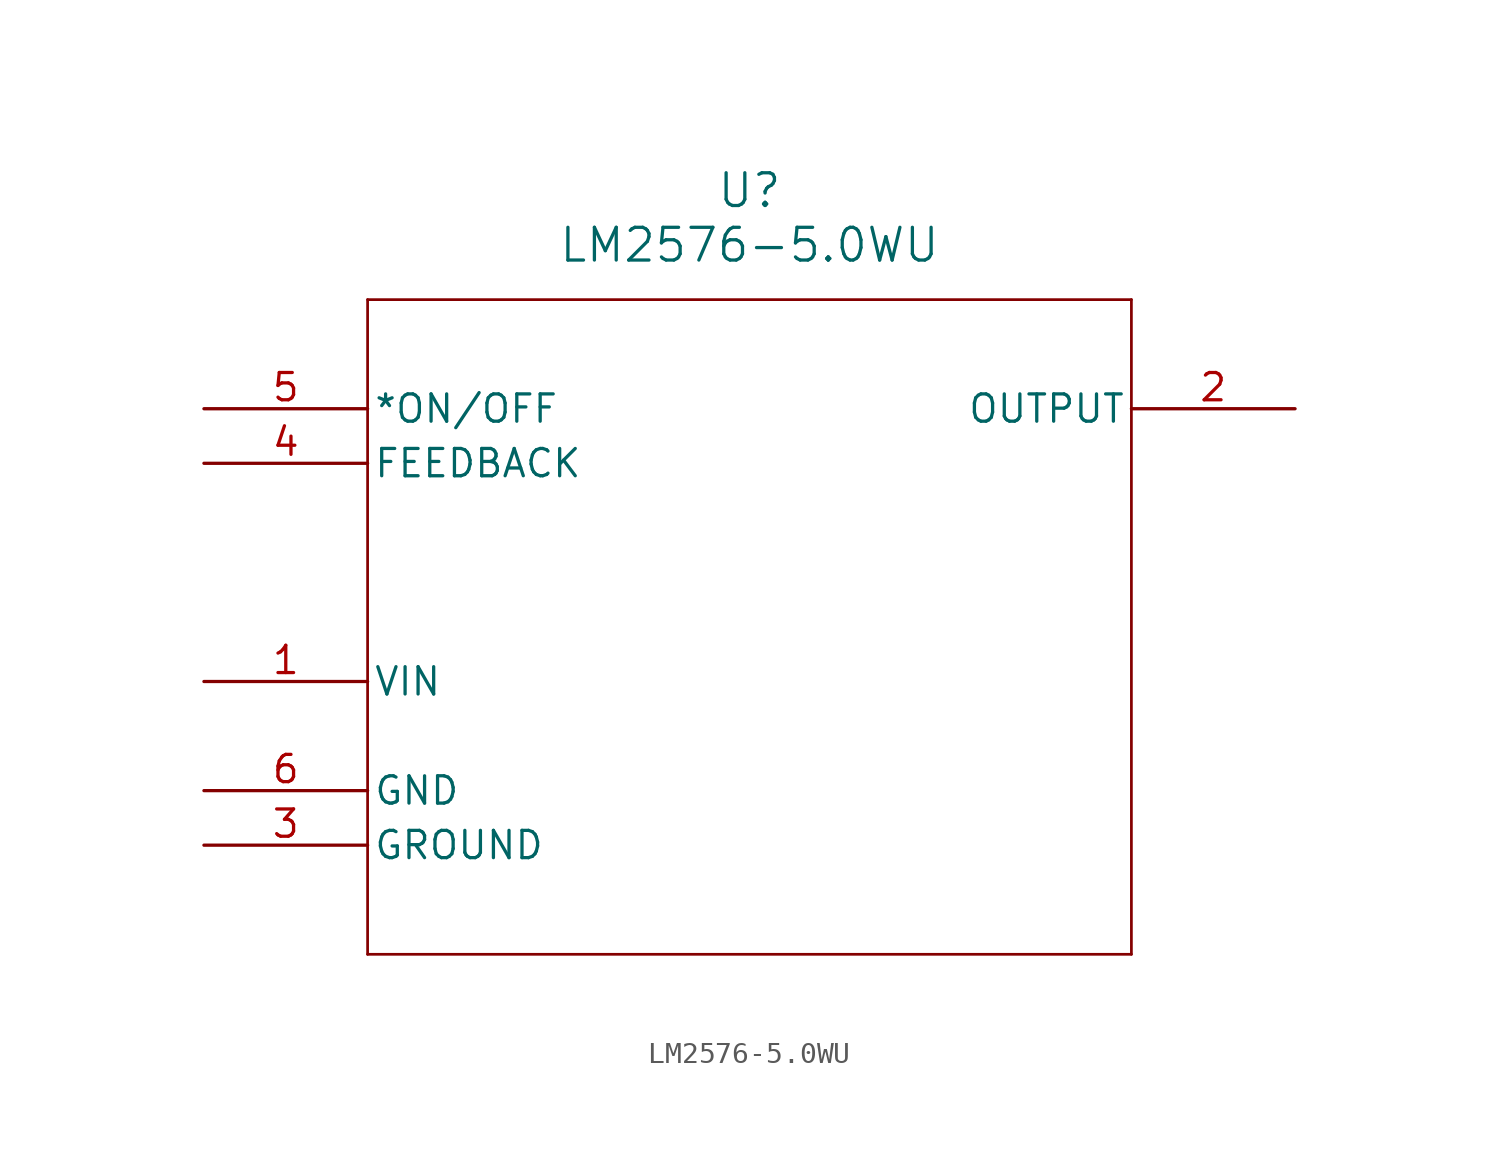
<source format=kicad_sym>
(kicad_symbol_lib
  (version 20211014)
  (generator kicad_symbol_editor)
  (symbol "LM2576-5.0WU"
    (pin_names
      (offset 0.254))
    (property "Reference" "U"
      (at 25.4 10.16 0)
      (effects (font (size 1.524 1.524))))
    (property "Value" "LM2576-5.0WU"
      (at 25.4 7.62 0)
      (effects (font (size 1.524 1.524))))
    (symbol "LM2576-5.0WU_0_1"
      (polyline (pts (xy 7.62 5.08) (xy 7.62 -25.4)) (stroke (width 0.127) (type default) (color 0 0 0 0)) (fill (type none)))
      (polyline (pts (xy 7.62 -25.4) (xy 43.18 -25.4)) (stroke (width 0.127) (type default) (color 0 0 0 0)) (fill (type none)))
      (polyline (pts (xy 43.18 -25.4) (xy 43.18 5.08)) (stroke (width 0.127) (type default) (color 0 0 0 0)) (fill (type none)))
      (polyline (pts (xy 43.18 5.08) (xy 7.62 5.08)) (stroke (width 0.127) (type default) (color 0 0 0 0)) (fill (type none)))
      (pin power_in line (at 0 -12.7 0) (length 7.62) (name "VIN" (effects (font (size 1.27 1.27)))) (number "1" (effects (font (size 1.27 1.27)))))
      (pin output line (at 50.8 0 180) (length 7.62) (name "OUTPUT" (effects (font (size 1.27 1.27)))) (number "2" (effects (font (size 1.27 1.27)))))
      (pin power_out line (at 0 -20.32 0) (length 7.62) (name "GROUND" (effects (font (size 1.27 1.27)))) (number "3" (effects (font (size 1.27 1.27)))))
      (pin input line (at 0 -2.54 0) (length 7.62) (name "FEEDBACK" (effects (font (size 1.27 1.27)))) (number "4" (effects (font (size 1.27 1.27)))))
      (pin input line (at 0 0 0) (length 7.62) (name "*ON/OFF" (effects (font (size 1.27 1.27)))) (number "5" (effects (font (size 1.27 1.27)))))
      (pin power_out line (at 0 -17.78 0) (length 7.62) (name "GND" (effects (font (size 1.27 1.27)))) (number "6" (effects (font (size 1.27 1.27))))))))
</source>
